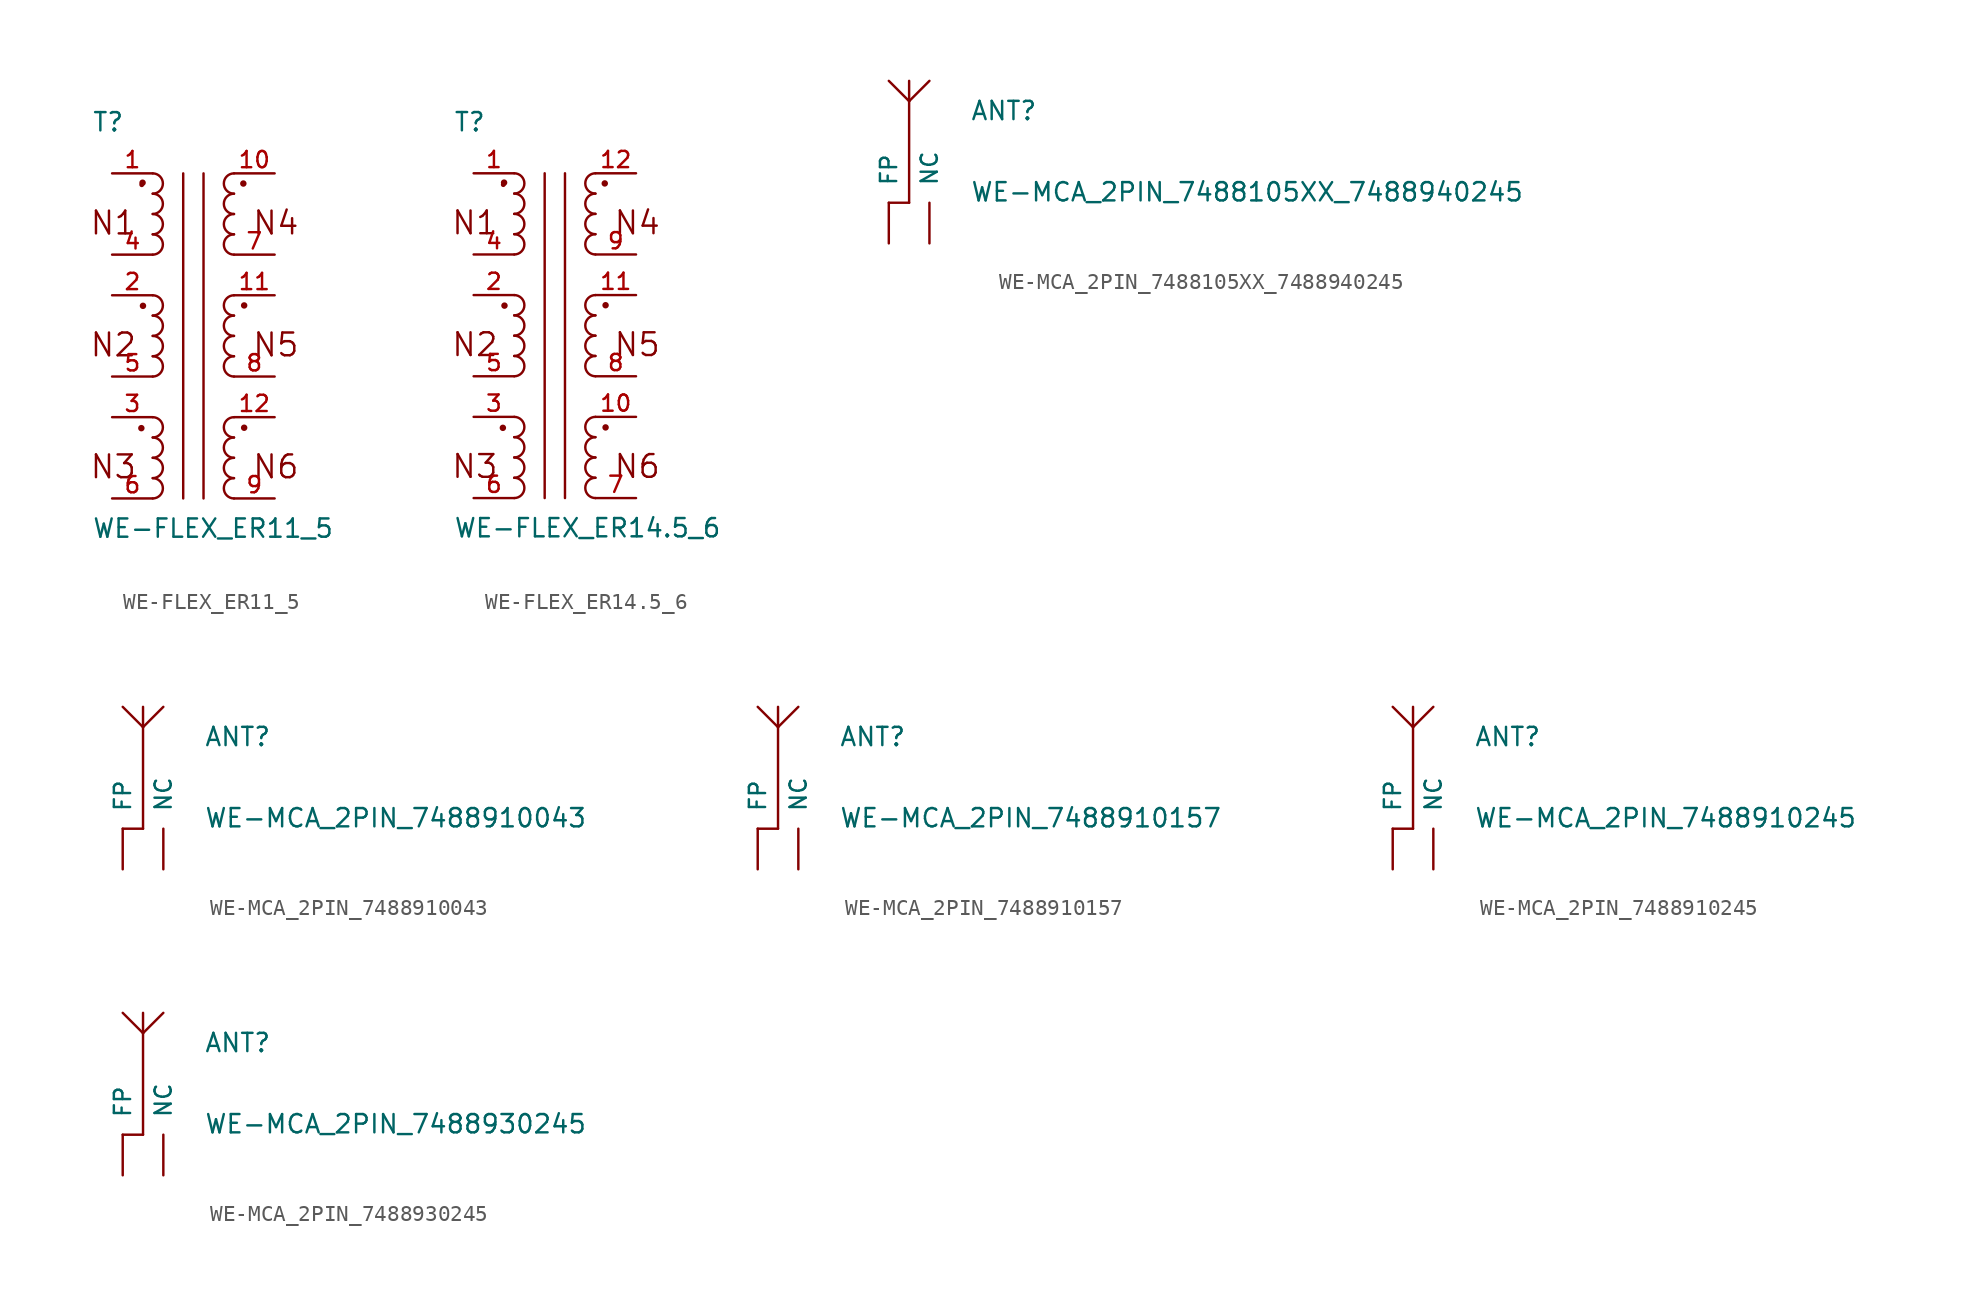
<source format=kicad_sym>
(kicad_symbol_lib
  (version 20211014)
  (generator kicad_symbol_editor)
  (symbol "WE-FLEX_ER11_5"
    (pin_names
      (offset 1.016) hide)
    (property "Reference" "T"
      (at -6.35 12.7 0)
      (effects (font (size 1.143 1.143)) (justify left bottom)))
    (property "Value" "WE-FLEX_ER11_5"
      (at -6.35 -12.7 0)
      (effects (font (size 1.143 1.143)) (justify left bottom)))
    (property "ki_locked" ""
      (at 0 0 0)
      (effects (font (size 1.27 1.27))))
    (symbol "WE-FLEX_ER11_5_1_0"
      (polyline (pts (xy -0.635 10.16) (xy -0.635 -10.16)) (stroke (width 0) (type default) (color 0 0 0 0)) (fill (type none)))
      (polyline (pts (xy 0.635 10.16) (xy 0.635 -10.16)) (stroke (width 0) (type default) (color 0 0 0 0)) (fill (type none)))
      (text "N1" (at -5.004 7.061 0) (effects (font (size 1.422 1.422))))
      (text "N2" (at -5.004 -0.559 0) (effects (font (size 1.422 1.422))))
      (text "N3" (at -5.004 -8.179 0) (effects (font (size 1.422 1.422))))
      (text "N4" (at 5.156 7.061 0) (effects (font (size 1.422 1.422))))
      (text "N5" (at 5.156 -0.559 0) (effects (font (size 1.422 1.422))))
      (text "N6" (at 5.156 -8.179 0) (effects (font (size 1.422 1.422)))))
    (symbol "WE-FLEX_ER11_5_1_1"
      (circle (center -3.251 -5.766) (radius 0.127) (stroke (width 0) (type default) (color 0 0 0 0)) (fill (type outline)))
      (circle (center -3.226 9.449) (radius 0.0001) (stroke (width 0) (type default) (color 0 0 0 0)) (fill (type none)))
      (circle (center -3.175 9.576) (radius 0.127) (stroke (width 0) (type default) (color 0 0 0 0)) (fill (type outline)))
      (circle (center -3.15 1.88) (radius 0.127) (stroke (width 0) (type default) (color 0 0 0 0)) (fill (type outline)))
      (arc (start -2.54 -10.16) (mid -1.905 -9.525) (end -2.54 -8.89) (stroke (width 0) (type default) (color 0 0 0 0)) (fill (type none)))
      (arc (start -2.54 -8.89) (mid -1.905 -8.255) (end -2.54 -7.62) (stroke (width 0) (type default) (color 0 0 0 0)) (fill (type none)))
      (arc (start -2.54 -7.62) (mid -1.905 -6.985) (end -2.54 -6.35) (stroke (width 0) (type default) (color 0 0 0 0)) (fill (type none)))
      (arc (start -2.54 -6.35) (mid -1.905 -5.715) (end -2.54 -5.08) (stroke (width 0) (type default) (color 0 0 0 0)) (fill (type none)))
      (arc (start -2.54 -2.54) (mid -1.905 -1.905) (end -2.54 -1.27) (stroke (width 0) (type default) (color 0 0 0 0)) (fill (type none)))
      (arc (start -2.54 -1.27) (mid -1.905 -0.635) (end -2.54 0) (stroke (width 0) (type default) (color 0 0 0 0)) (fill (type none)))
      (arc (start -2.54 0) (mid -1.905 0.635) (end -2.54 1.27) (stroke (width 0) (type default) (color 0 0 0 0)) (fill (type none)))
      (arc (start -2.54 1.27) (mid -1.905 1.905) (end -2.54 2.54) (stroke (width 0) (type default) (color 0 0 0 0)) (fill (type none)))
      (arc (start -2.54 5.08) (mid -1.905 5.715) (end -2.54 6.35) (stroke (width 0) (type default) (color 0 0 0 0)) (fill (type none)))
      (arc (start -2.54 6.35) (mid -1.905 6.985) (end -2.54 7.62) (stroke (width 0) (type default) (color 0 0 0 0)) (fill (type none)))
      (arc (start -2.54 7.62) (mid -1.905 8.255) (end -2.54 8.89) (stroke (width 0) (type default) (color 0 0 0 0)) (fill (type none)))
      (arc (start -2.54 8.89) (mid -1.905 9.525) (end -2.54 10.16) (stroke (width 0) (type default) (color 0 0 0 0)) (fill (type none)))
      (arc (start 2.54 -8.89) (mid 1.905 -9.525) (end 2.54 -10.16) (stroke (width 0) (type default) (color 0 0 0 0)) (fill (type none)))
      (arc (start 2.54 -7.62) (mid 1.905 -8.255) (end 2.54 -8.89) (stroke (width 0) (type default) (color 0 0 0 0)) (fill (type none)))
      (arc (start 2.54 -6.35) (mid 1.905 -6.985) (end 2.54 -7.62) (stroke (width 0) (type default) (color 0 0 0 0)) (fill (type none)))
      (arc (start 2.54 -5.08) (mid 1.905 -5.715) (end 2.54 -6.35) (stroke (width 0) (type default) (color 0 0 0 0)) (fill (type none)))
      (arc (start 2.54 -1.27) (mid 1.905 -1.905) (end 2.54 -2.54) (stroke (width 0) (type default) (color 0 0 0 0)) (fill (type none)))
      (arc (start 2.54 0) (mid 1.905 -0.635) (end 2.54 -1.27) (stroke (width 0) (type default) (color 0 0 0 0)) (fill (type none)))
      (arc (start 2.54 1.27) (mid 1.905 0.635) (end 2.54 0) (stroke (width 0) (type default) (color 0 0 0 0)) (fill (type none)))
      (arc (start 2.54 2.54) (mid 1.905 1.905) (end 2.54 1.27) (stroke (width 0) (type default) (color 0 0 0 0)) (fill (type none)))
      (arc (start 2.54 6.35) (mid 1.905 5.715) (end 2.54 5.08) (stroke (width 0) (type default) (color 0 0 0 0)) (fill (type none)))
      (arc (start 2.54 7.62) (mid 1.905 6.985) (end 2.54 6.35) (stroke (width 0) (type default) (color 0 0 0 0)) (fill (type none)))
      (arc (start 2.54 8.89) (mid 1.905 8.255) (end 2.54 7.62) (stroke (width 0) (type default) (color 0 0 0 0)) (fill (type none)))
      (arc (start 2.54 10.16) (mid 1.905 9.525) (end 2.54 8.89) (stroke (width 0) (type default) (color 0 0 0 0)) (fill (type none)))
      (circle (center 3.124 9.525) (radius 0.127) (stroke (width 0) (type default) (color 0 0 0 0)) (fill (type outline)))
      (circle (center 3.175 -5.74) (radius 0.127) (stroke (width 0) (type default) (color 0 0 0 0)) (fill (type outline)))
      (circle (center 3.175 1.905) (radius 0.127) (stroke (width 0) (type default) (color 0 0 0 0)) (fill (type outline)))
      (pin passive line (at -5.08 10.16 0) (length 2.54) (name "1" (effects (font (size 1.016 1.016)))) (number "1" (effects (font (size 1.016 1.016)))))
      (pin passive line (at 5.08 10.16 180) (length 2.54) (name "2" (effects (font (size 1.016 1.016)))) (number "10" (effects (font (size 1.016 1.016)))))
      (pin passive line (at 5.08 2.54 180) (length 2.54) (name "4" (effects (font (size 1.016 1.016)))) (number "11" (effects (font (size 1.016 1.016)))))
      (pin passive line (at 5.08 -5.08 180) (length 2.54) (name "6" (effects (font (size 1.016 1.016)))) (number "12" (effects (font (size 1.016 1.016)))))
      (pin passive line (at -5.08 2.54 0) (length 2.54) (name "11" (effects (font (size 1.016 1.016)))) (number "2" (effects (font (size 1.016 1.016)))))
      (pin passive line (at -5.08 -5.08 0) (length 2.54) (name "9" (effects (font (size 1.016 1.016)))) (number "3" (effects (font (size 1.016 1.016)))))
      (pin passive line (at -5.08 5.08 0) (length 2.54) (name "12" (effects (font (size 1.016 1.016)))) (number "4" (effects (font (size 1.016 1.016)))))
      (pin passive line (at -5.08 -2.54 0) (length 2.54) (name "10" (effects (font (size 1.016 1.016)))) (number "5" (effects (font (size 1.016 1.016)))))
      (pin passive line (at -5.08 -10.16 0) (length 2.54) (name "8" (effects (font (size 1.016 1.016)))) (number "6" (effects (font (size 1.016 1.016)))))
      (pin passive line (at 5.08 5.08 180) (length 2.54) (name "3" (effects (font (size 1.016 1.016)))) (number "7" (effects (font (size 1.016 1.016)))))
      (pin passive line (at 5.08 -2.54 180) (length 2.54) (name "5" (effects (font (size 1.016 1.016)))) (number "8" (effects (font (size 1.016 1.016)))))
      (pin passive line (at 5.08 -10.16 180) (length 2.54) (name "7" (effects (font (size 1.016 1.016)))) (number "9" (effects (font (size 1.016 1.016)))))))
  (symbol "WE-FLEX_ER14.5_6"
    (pin_names
      (offset 1.016) hide)
    (property "Reference" "T"
      (at -6.35 12.7 0)
      (effects (font (size 1.143 1.143)) (justify left bottom)))
    (property "Value" "WE-FLEX_ER14.5_6"
      (at -6.35 -12.7 0)
      (effects (font (size 1.143 1.143)) (justify left bottom)))
    (property "ki_locked" ""
      (at 0 0 0)
      (effects (font (size 1.27 1.27))))
    (symbol "WE-FLEX_ER14.5_6_1_0"
      (polyline (pts (xy -0.635 10.16) (xy -0.635 -10.16)) (stroke (width 0) (type default) (color 0 0 0 0)) (fill (type none)))
      (polyline (pts (xy 0.635 10.16) (xy 0.635 -10.16)) (stroke (width 0) (type default) (color 0 0 0 0)) (fill (type none)))
      (text "N1" (at -5.004 7.061 0) (effects (font (size 1.422 1.422))))
      (text "N2" (at -5.004 -0.559 0) (effects (font (size 1.422 1.422))))
      (text "N3" (at -5.004 -8.179 0) (effects (font (size 1.422 1.422))))
      (text "N4" (at 5.156 7.061 0) (effects (font (size 1.422 1.422))))
      (text "N5" (at 5.156 -0.559 0) (effects (font (size 1.422 1.422))))
      (text "N6" (at 5.156 -8.179 0) (effects (font (size 1.422 1.422)))))
    (symbol "WE-FLEX_ER14.5_6_1_1"
      (circle (center -3.251 -5.766) (radius 0.127) (stroke (width 0) (type default) (color 0 0 0 0)) (fill (type outline)))
      (circle (center -3.226 9.449) (radius 0.0001) (stroke (width 0) (type default) (color 0 0 0 0)) (fill (type none)))
      (circle (center -3.175 9.576) (radius 0.127) (stroke (width 0) (type default) (color 0 0 0 0)) (fill (type outline)))
      (circle (center -3.15 1.88) (radius 0.127) (stroke (width 0) (type default) (color 0 0 0 0)) (fill (type outline)))
      (arc (start -2.54 -10.16) (mid -1.905 -9.525) (end -2.54 -8.89) (stroke (width 0) (type default) (color 0 0 0 0)) (fill (type none)))
      (arc (start -2.54 -8.89) (mid -1.905 -8.255) (end -2.54 -7.62) (stroke (width 0) (type default) (color 0 0 0 0)) (fill (type none)))
      (arc (start -2.54 -7.62) (mid -1.905 -6.985) (end -2.54 -6.35) (stroke (width 0) (type default) (color 0 0 0 0)) (fill (type none)))
      (arc (start -2.54 -6.35) (mid -1.905 -5.715) (end -2.54 -5.08) (stroke (width 0) (type default) (color 0 0 0 0)) (fill (type none)))
      (arc (start -2.54 -2.54) (mid -1.905 -1.905) (end -2.54 -1.27) (stroke (width 0) (type default) (color 0 0 0 0)) (fill (type none)))
      (arc (start -2.54 -1.27) (mid -1.905 -0.635) (end -2.54 0) (stroke (width 0) (type default) (color 0 0 0 0)) (fill (type none)))
      (arc (start -2.54 0) (mid -1.905 0.635) (end -2.54 1.27) (stroke (width 0) (type default) (color 0 0 0 0)) (fill (type none)))
      (arc (start -2.54 1.27) (mid -1.905 1.905) (end -2.54 2.54) (stroke (width 0) (type default) (color 0 0 0 0)) (fill (type none)))
      (arc (start -2.54 5.08) (mid -1.905 5.715) (end -2.54 6.35) (stroke (width 0) (type default) (color 0 0 0 0)) (fill (type none)))
      (arc (start -2.54 6.35) (mid -1.905 6.985) (end -2.54 7.62) (stroke (width 0) (type default) (color 0 0 0 0)) (fill (type none)))
      (arc (start -2.54 7.62) (mid -1.905 8.255) (end -2.54 8.89) (stroke (width 0) (type default) (color 0 0 0 0)) (fill (type none)))
      (arc (start -2.54 8.89) (mid -1.905 9.525) (end -2.54 10.16) (stroke (width 0) (type default) (color 0 0 0 0)) (fill (type none)))
      (arc (start 2.54 -8.89) (mid 1.905 -9.525) (end 2.54 -10.16) (stroke (width 0) (type default) (color 0 0 0 0)) (fill (type none)))
      (arc (start 2.54 -7.62) (mid 1.905 -8.255) (end 2.54 -8.89) (stroke (width 0) (type default) (color 0 0 0 0)) (fill (type none)))
      (arc (start 2.54 -6.35) (mid 1.905 -6.985) (end 2.54 -7.62) (stroke (width 0) (type default) (color 0 0 0 0)) (fill (type none)))
      (arc (start 2.54 -5.08) (mid 1.905 -5.715) (end 2.54 -6.35) (stroke (width 0) (type default) (color 0 0 0 0)) (fill (type none)))
      (arc (start 2.54 -1.27) (mid 1.905 -1.905) (end 2.54 -2.54) (stroke (width 0) (type default) (color 0 0 0 0)) (fill (type none)))
      (arc (start 2.54 0) (mid 1.905 -0.635) (end 2.54 -1.27) (stroke (width 0) (type default) (color 0 0 0 0)) (fill (type none)))
      (arc (start 2.54 1.27) (mid 1.905 0.635) (end 2.54 0) (stroke (width 0) (type default) (color 0 0 0 0)) (fill (type none)))
      (arc (start 2.54 2.54) (mid 1.905 1.905) (end 2.54 1.27) (stroke (width 0) (type default) (color 0 0 0 0)) (fill (type none)))
      (arc (start 2.54 6.35) (mid 1.905 5.715) (end 2.54 5.08) (stroke (width 0) (type default) (color 0 0 0 0)) (fill (type none)))
      (arc (start 2.54 7.62) (mid 1.905 6.985) (end 2.54 6.35) (stroke (width 0) (type default) (color 0 0 0 0)) (fill (type none)))
      (arc (start 2.54 8.89) (mid 1.905 8.255) (end 2.54 7.62) (stroke (width 0) (type default) (color 0 0 0 0)) (fill (type none)))
      (arc (start 2.54 10.16) (mid 1.905 9.525) (end 2.54 8.89) (stroke (width 0) (type default) (color 0 0 0 0)) (fill (type none)))
      (circle (center 3.124 9.525) (radius 0.127) (stroke (width 0) (type default) (color 0 0 0 0)) (fill (type outline)))
      (circle (center 3.175 -5.74) (radius 0.127) (stroke (width 0) (type default) (color 0 0 0 0)) (fill (type outline)))
      (circle (center 3.175 1.905) (radius 0.127) (stroke (width 0) (type default) (color 0 0 0 0)) (fill (type outline)))
      (pin passive line (at -5.08 10.16 0) (length 2.54) (name "1" (effects (font (size 1.016 1.016)))) (number "1" (effects (font (size 1.016 1.016)))))
      (pin passive line (at 5.08 -5.08 180) (length 2.54) (name "6" (effects (font (size 1.016 1.016)))) (number "10" (effects (font (size 1.016 1.016)))))
      (pin passive line (at 5.08 2.54 180) (length 2.54) (name "4" (effects (font (size 1.016 1.016)))) (number "11" (effects (font (size 1.016 1.016)))))
      (pin passive line (at 5.08 10.16 180) (length 2.54) (name "2" (effects (font (size 1.016 1.016)))) (number "12" (effects (font (size 1.016 1.016)))))
      (pin passive line (at -5.08 2.54 0) (length 2.54) (name "11" (effects (font (size 1.016 1.016)))) (number "2" (effects (font (size 1.016 1.016)))))
      (pin passive line (at -5.08 -5.08 0) (length 2.54) (name "9" (effects (font (size 1.016 1.016)))) (number "3" (effects (font (size 1.016 1.016)))))
      (pin passive line (at -5.08 5.08 0) (length 2.54) (name "12" (effects (font (size 1.016 1.016)))) (number "4" (effects (font (size 1.016 1.016)))))
      (pin passive line (at -5.08 -2.54 0) (length 2.54) (name "10" (effects (font (size 1.016 1.016)))) (number "5" (effects (font (size 1.016 1.016)))))
      (pin passive line (at -5.08 -10.16 0) (length 2.54) (name "8" (effects (font (size 1.016 1.016)))) (number "6" (effects (font (size 1.016 1.016)))))
      (pin passive line (at 5.08 -10.16 180) (length 2.54) (name "7" (effects (font (size 1.016 1.016)))) (number "7" (effects (font (size 1.016 1.016)))))
      (pin passive line (at 5.08 -2.54 180) (length 2.54) (name "5" (effects (font (size 1.016 1.016)))) (number "8" (effects (font (size 1.016 1.016)))))
      (pin passive line (at 5.08 5.08 180) (length 2.54) (name "3" (effects (font (size 1.016 1.016)))) (number "9" (effects (font (size 1.016 1.016)))))))
  (symbol "WE-MCA_2PIN_7488105XX_7488940245"
    (pin_numbers hide)
    (pin_names
      (offset 1.016))
    (property "Reference" "ANT"
      (at 5.08 5.08 0)
      (effects (font (size 1.143 1.143)) (justify left bottom)))
    (property "Value" "WE-MCA_2PIN_7488105XX_7488940245"
      (at 5.08 0 0)
      (effects (font (size 1.143 1.143)) (justify left bottom)))
    (property "ki_locked" ""
      (at 0 0 0)
      (effects (font (size 1.27 1.27))))
    (symbol "WE-MCA_2PIN_7488105XX_7488940245_1_0"
      (polyline (pts (xy 0 0) (xy 1.27 0)) (stroke (width 0) (type default) (color 0 0 0 0)) (fill (type none)))
      (polyline (pts (xy 1.27 0) (xy 1.27 6.35)) (stroke (width 0) (type default) (color 0 0 0 0)) (fill (type none)))
      (polyline (pts (xy 1.27 6.35) (xy 0 7.62)) (stroke (width 0) (type default) (color 0 0 0 0)) (fill (type none)))
      (polyline (pts (xy 1.27 6.35) (xy 1.27 7.62)) (stroke (width 0) (type default) (color 0 0 0 0)) (fill (type none)))
      (polyline (pts (xy 1.27 6.35) (xy 2.54 7.62)) (stroke (width 0) (type default) (color 0 0 0 0)) (fill (type none))))
    (symbol "WE-MCA_2PIN_7488105XX_7488940245_1_1"
      (pin passive line (at 0 -2.54 90) (length 2.54) (name "FP" (effects (font (size 1.016 1.016)))) (number "1" (effects (font (size 1.016 1.016)))))
      (pin passive line (at 2.54 -2.54 90) (length 2.54) (name "NC" (effects (font (size 1.016 1.016)))) (number "2" (effects (font (size 1.016 1.016)))))))
  (symbol "WE-MCA_2PIN_7488910043"
    (pin_numbers hide)
    (pin_names
      (offset 1.016))
    (property "Reference" "ANT"
      (at 5.08 5.08 0)
      (effects (font (size 1.143 1.143)) (justify left bottom)))
    (property "Value" "WE-MCA_2PIN_7488910043"
      (at 5.08 0 0)
      (effects (font (size 1.143 1.143)) (justify left bottom)))
    (property "ki_locked" ""
      (at 0 0 0)
      (effects (font (size 1.27 1.27))))
    (symbol "WE-MCA_2PIN_7488910043_1_0"
      (polyline (pts (xy 0 0) (xy 1.27 0)) (stroke (width 0) (type default) (color 0 0 0 0)) (fill (type none)))
      (polyline (pts (xy 1.27 0) (xy 1.27 6.35)) (stroke (width 0) (type default) (color 0 0 0 0)) (fill (type none)))
      (polyline (pts (xy 1.27 6.35) (xy 0 7.62)) (stroke (width 0) (type default) (color 0 0 0 0)) (fill (type none)))
      (polyline (pts (xy 1.27 6.35) (xy 1.27 7.62)) (stroke (width 0) (type default) (color 0 0 0 0)) (fill (type none)))
      (polyline (pts (xy 1.27 6.35) (xy 2.54 7.62)) (stroke (width 0) (type default) (color 0 0 0 0)) (fill (type none))))
    (symbol "WE-MCA_2PIN_7488910043_1_1"
      (pin passive line (at 0 -2.54 90) (length 2.54) (name "FP" (effects (font (size 1.016 1.016)))) (number "1" (effects (font (size 1.016 1.016)))))
      (pin passive line (at 2.54 -2.54 90) (length 2.54) (name "NC" (effects (font (size 1.016 1.016)))) (number "2" (effects (font (size 1.016 1.016)))))))
  (symbol "WE-MCA_2PIN_7488910157"
    (pin_numbers hide)
    (pin_names
      (offset 1.016))
    (property "Reference" "ANT"
      (at 5.08 5.08 0)
      (effects (font (size 1.143 1.143)) (justify left bottom)))
    (property "Value" "WE-MCA_2PIN_7488910157"
      (at 5.08 0 0)
      (effects (font (size 1.143 1.143)) (justify left bottom)))
    (property "ki_locked" ""
      (at 0 0 0)
      (effects (font (size 1.27 1.27))))
    (symbol "WE-MCA_2PIN_7488910157_1_0"
      (polyline (pts (xy 0 0) (xy 1.27 0)) (stroke (width 0) (type default) (color 0 0 0 0)) (fill (type none)))
      (polyline (pts (xy 1.27 0) (xy 1.27 6.35)) (stroke (width 0) (type default) (color 0 0 0 0)) (fill (type none)))
      (polyline (pts (xy 1.27 6.35) (xy 0 7.62)) (stroke (width 0) (type default) (color 0 0 0 0)) (fill (type none)))
      (polyline (pts (xy 1.27 6.35) (xy 1.27 7.62)) (stroke (width 0) (type default) (color 0 0 0 0)) (fill (type none)))
      (polyline (pts (xy 1.27 6.35) (xy 2.54 7.62)) (stroke (width 0) (type default) (color 0 0 0 0)) (fill (type none))))
    (symbol "WE-MCA_2PIN_7488910157_1_1"
      (pin passive line (at 0 -2.54 90) (length 2.54) (name "FP" (effects (font (size 1.016 1.016)))) (number "1" (effects (font (size 1.016 1.016)))))
      (pin passive line (at 2.54 -2.54 90) (length 2.54) (name "NC" (effects (font (size 1.016 1.016)))) (number "2" (effects (font (size 1.016 1.016)))))))
  (symbol "WE-MCA_2PIN_7488910245"
    (pin_numbers hide)
    (pin_names
      (offset 1.016))
    (property "Reference" "ANT"
      (at 5.08 5.08 0)
      (effects (font (size 1.143 1.143)) (justify left bottom)))
    (property "Value" "WE-MCA_2PIN_7488910245"
      (at 5.08 0 0)
      (effects (font (size 1.143 1.143)) (justify left bottom)))
    (property "ki_locked" ""
      (at 0 0 0)
      (effects (font (size 1.27 1.27))))
    (symbol "WE-MCA_2PIN_7488910245_1_0"
      (polyline (pts (xy 0 0) (xy 1.27 0)) (stroke (width 0) (type default) (color 0 0 0 0)) (fill (type none)))
      (polyline (pts (xy 1.27 0) (xy 1.27 6.35)) (stroke (width 0) (type default) (color 0 0 0 0)) (fill (type none)))
      (polyline (pts (xy 1.27 6.35) (xy 0 7.62)) (stroke (width 0) (type default) (color 0 0 0 0)) (fill (type none)))
      (polyline (pts (xy 1.27 6.35) (xy 1.27 7.62)) (stroke (width 0) (type default) (color 0 0 0 0)) (fill (type none)))
      (polyline (pts (xy 1.27 6.35) (xy 2.54 7.62)) (stroke (width 0) (type default) (color 0 0 0 0)) (fill (type none))))
    (symbol "WE-MCA_2PIN_7488910245_1_1"
      (pin passive line (at 2.54 -2.54 90) (length 2.54) (name "NC" (effects (font (size 1.016 1.016)))) (number "1" (effects (font (size 1.016 1.016)))))
      (pin passive line (at 0 -2.54 90) (length 2.54) (name "FP" (effects (font (size 1.016 1.016)))) (number "2" (effects (font (size 1.016 1.016)))))))
  (symbol "WE-MCA_2PIN_7488930245"
    (pin_numbers hide)
    (pin_names
      (offset 1.016))
    (property "Reference" "ANT"
      (at 5.08 5.08 0)
      (effects (font (size 1.143 1.143)) (justify left bottom)))
    (property "Value" "WE-MCA_2PIN_7488930245"
      (at 5.08 0 0)
      (effects (font (size 1.143 1.143)) (justify left bottom)))
    (property "ki_locked" ""
      (at 0 0 0)
      (effects (font (size 1.27 1.27))))
    (symbol "WE-MCA_2PIN_7488930245_1_0"
      (polyline (pts (xy 0 0) (xy 1.27 0)) (stroke (width 0) (type default) (color 0 0 0 0)) (fill (type none)))
      (polyline (pts (xy 1.27 0) (xy 1.27 6.35)) (stroke (width 0) (type default) (color 0 0 0 0)) (fill (type none)))
      (polyline (pts (xy 1.27 6.35) (xy 0 7.62)) (stroke (width 0) (type default) (color 0 0 0 0)) (fill (type none)))
      (polyline (pts (xy 1.27 6.35) (xy 1.27 7.62)) (stroke (width 0) (type default) (color 0 0 0 0)) (fill (type none)))
      (polyline (pts (xy 1.27 6.35) (xy 2.54 7.62)) (stroke (width 0) (type default) (color 0 0 0 0)) (fill (type none))))
    (symbol "WE-MCA_2PIN_7488930245_1_1"
      (pin passive line (at 0 -2.54 90) (length 2.54) (name "FP" (effects (font (size 1.016 1.016)))) (number "1" (effects (font (size 1.016 1.016)))))
      (pin passive line (at 2.54 -2.54 90) (length 2.54) (name "NC" (effects (font (size 1.016 1.016)))) (number "2" (effects (font (size 1.016 1.016))))))))
</source>
